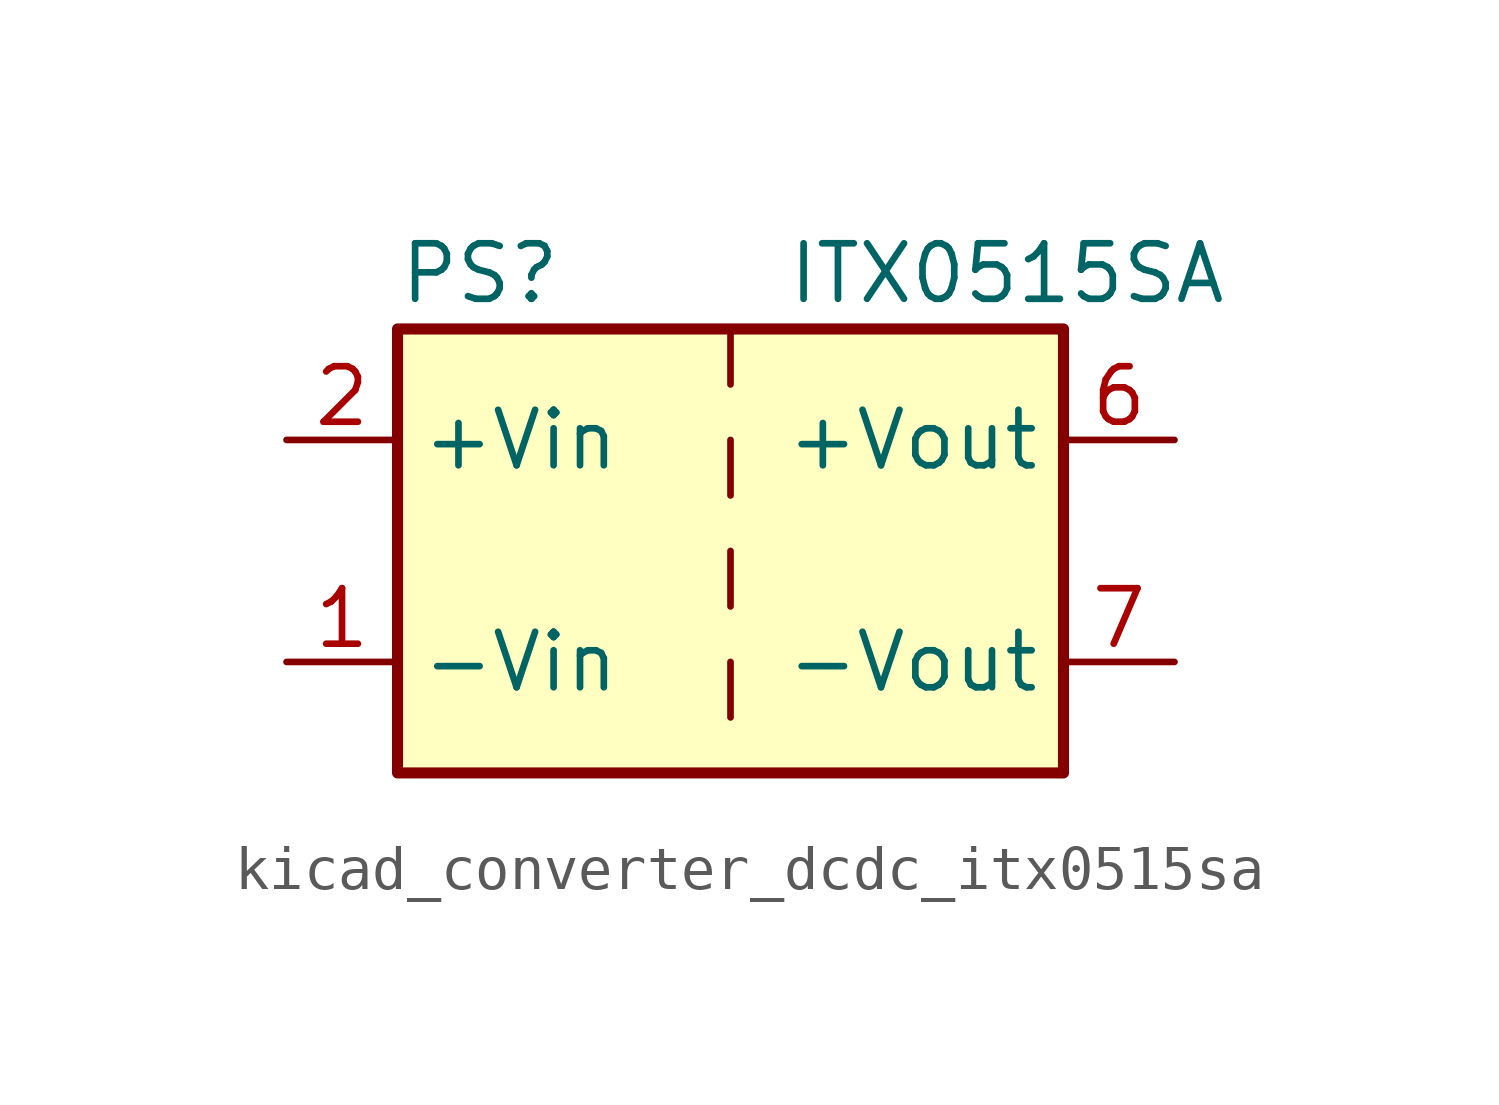
<source format=kicad_sym>
(kicad_symbol_lib
  (version 20220914)
  (generator kicad_symbol_editor)
  (symbol "kicad_converter_dcdc_itx0515sa"
    (property "Reference" "PS"
      (at -7.62 6.35 0)
      (effects (font (size 1.27 1.27)) (justify left)))
    (property "Value" "ITX0515SA"
      (at 1.27 6.35 0)
      (effects (font (size 1.27 1.27)) (justify left)))
    (symbol "kicad_converter_dcdc_itx0515sa_0_0"
      (pin power_in line (at -10.16 -2.54 0) (length 2.54) (name "-Vin" (effects (font (size 1.27 1.27)))) (number "1" (effects (font (size 1.27 1.27)))))
      (pin power_in line (at -10.16 2.54 0) (length 2.54) (name "+Vin" (effects (font (size 1.27 1.27)))) (number "2" (effects (font (size 1.27 1.27)))))
      (pin power_out line (at 10.16 2.54 180) (length 2.54) (name "+Vout" (effects (font (size 1.27 1.27)))) (number "6" (effects (font (size 1.27 1.27)))))
      (pin power_out line (at 10.16 -2.54 180) (length 2.54) (name "-Vout" (effects (font (size 1.27 1.27)))) (number "7" (effects (font (size 1.27 1.27)))))
      (pin no_connect line (at 7.62 0 180) (length 2.54) hide (name "NC" (effects (font (size 1.27 1.27)))) (number "8" (effects (font (size 1.27 1.27))))))
    (symbol "kicad_converter_dcdc_itx0515sa_0_1"
      (rectangle (start -7.62 5.08) (end 7.62 -5.08) (stroke (width 0.254) (type default)) (fill (type background)))
      (polyline (pts (xy 0 -2.54) (xy 0 -3.81)) (stroke (width 0) (type default)) (fill (type none)))
      (polyline (pts (xy 0 0) (xy 0 -1.27)) (stroke (width 0) (type default)) (fill (type none)))
      (polyline (pts (xy 0 2.54) (xy 0 1.27)) (stroke (width 0) (type default)) (fill (type none)))
      (polyline (pts (xy 0 5.08) (xy 0 3.81)) (stroke (width 0) (type default)) (fill (type none))))))
</source>
